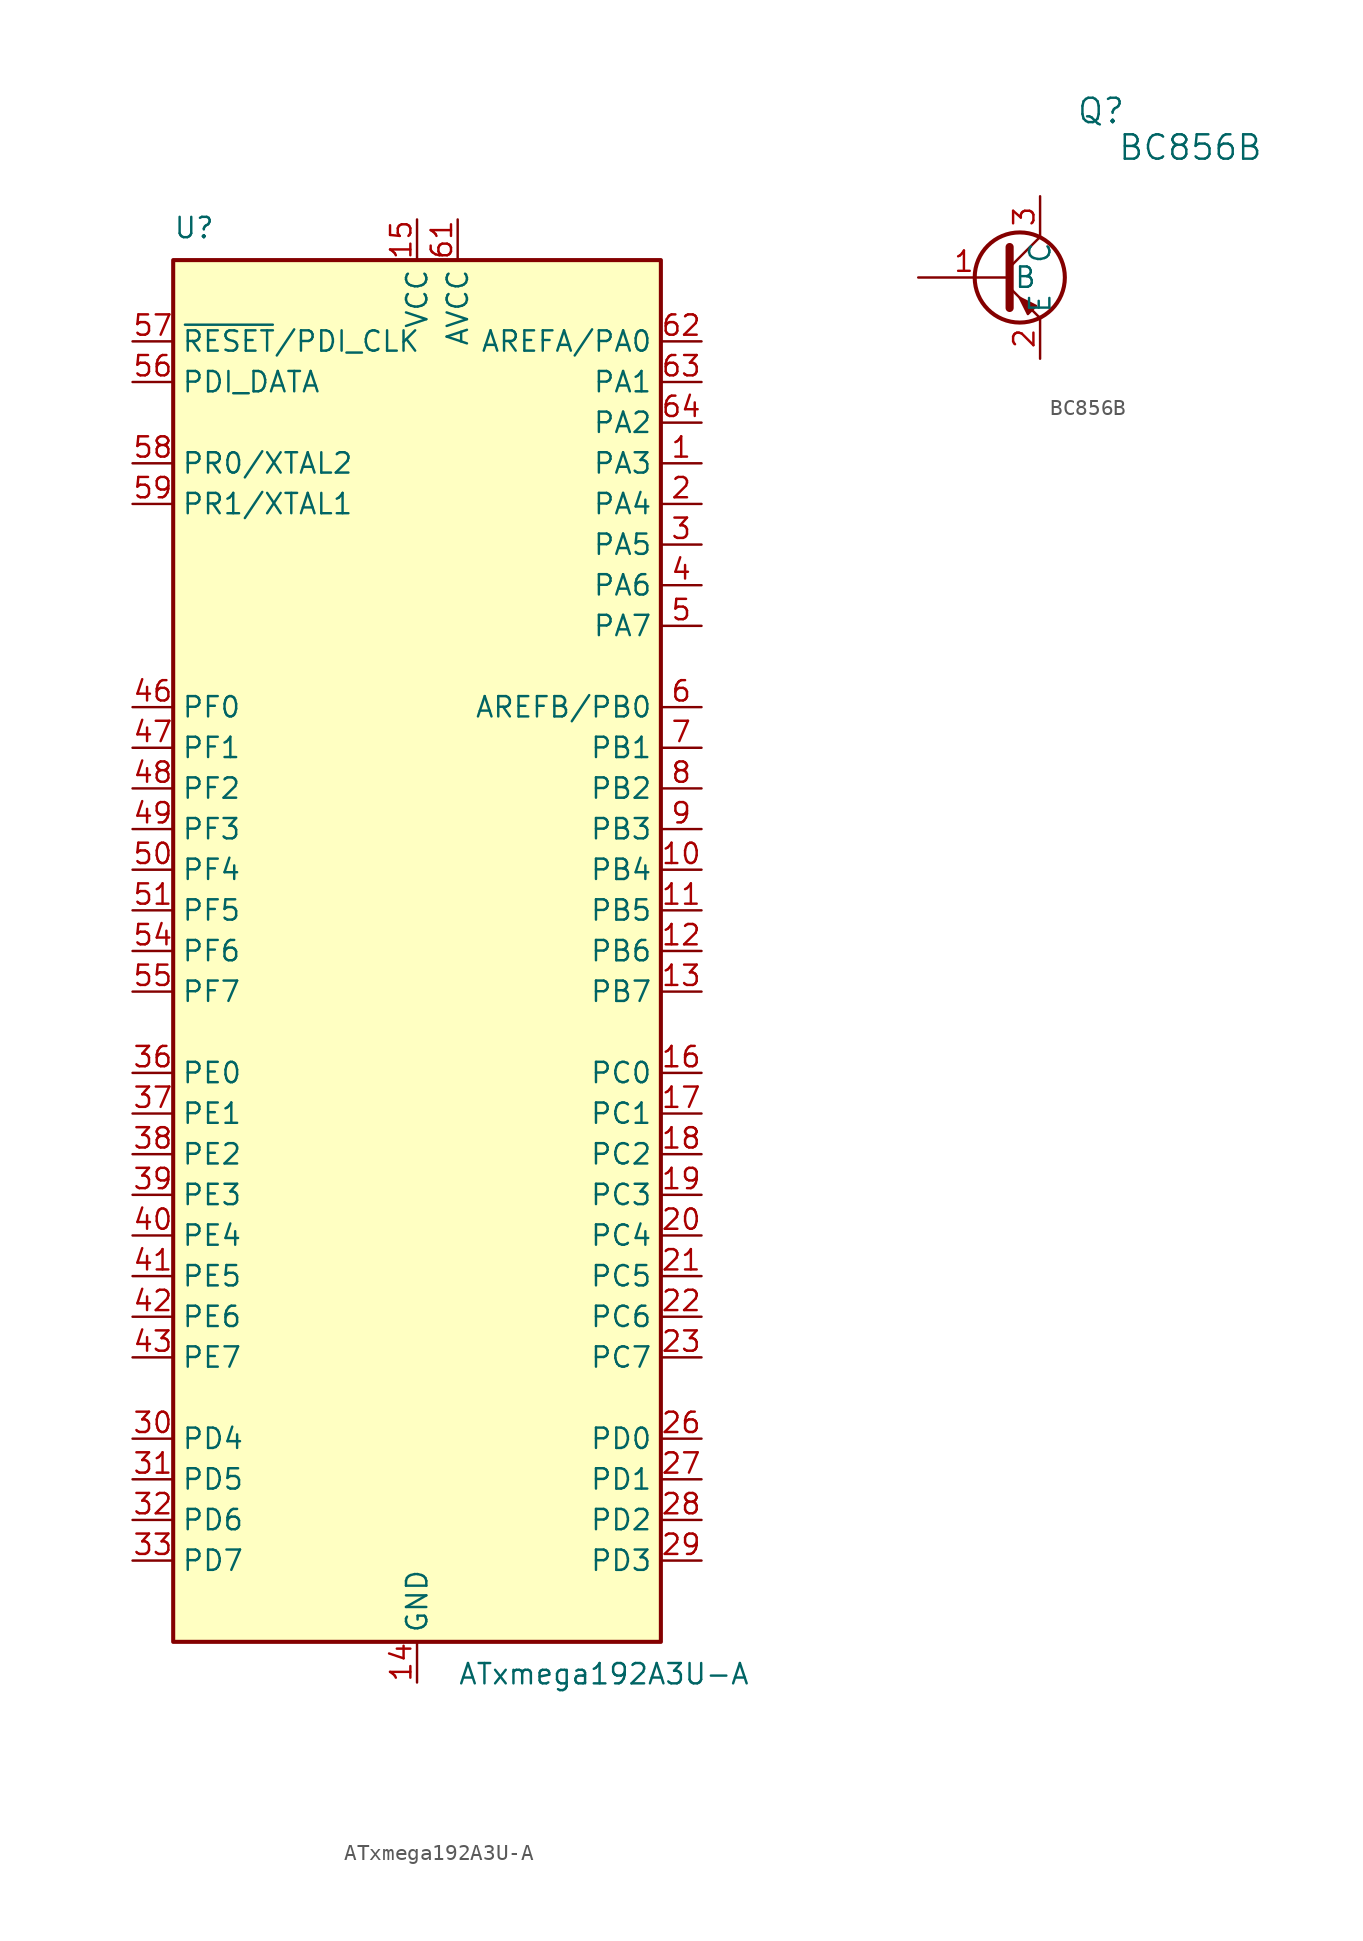
<source format=kicad_sym>
(kicad_symbol_lib
  (version 20220914)
  (generator kicad_symbol_editor)
  (symbol "ATxmega192A3U-A"
    (property "Reference" "U"
      (at -15.24 44.45 0)
      (effects (font (size 1.27 1.27)) (justify left bottom)))
    (property "Value" "ATxmega192A3U-A"
      (at 2.54 -44.45 0)
      (effects (font (size 1.27 1.27)) (justify left top)))
    (symbol "ATxmega192A3U-A_0_1"
      (rectangle (start -15.24 -43.18) (end 15.24 43.18) (stroke (width 0.254) (type default)) (fill (type background))))
    (symbol "ATxmega192A3U-A_1_1"
      (pin bidirectional line (at 17.78 30.48 180) (length 2.54) (name "PA3" (effects (font (size 1.27 1.27)))) (number "1" (effects (font (size 1.27 1.27)))))
      (pin bidirectional line (at 17.78 5.08 180) (length 2.54) (name "PB4" (effects (font (size 1.27 1.27)))) (number "10" (effects (font (size 1.27 1.27)))))
      (pin bidirectional line (at 17.78 2.54 180) (length 2.54) (name "PB5" (effects (font (size 1.27 1.27)))) (number "11" (effects (font (size 1.27 1.27)))))
      (pin bidirectional line (at 17.78 0 180) (length 2.54) (name "PB6" (effects (font (size 1.27 1.27)))) (number "12" (effects (font (size 1.27 1.27)))))
      (pin bidirectional line (at 17.78 -2.54 180) (length 2.54) (name "PB7" (effects (font (size 1.27 1.27)))) (number "13" (effects (font (size 1.27 1.27)))))
      (pin passive line (at 0 -45.72 90) (length 2.54) (name "GND" (effects (font (size 1.27 1.27)))) (number "14" (effects (font (size 1.27 1.27)))))
      (pin power_in line (at 0 45.72 270) (length 2.54) (name "VCC" (effects (font (size 1.27 1.27)))) (number "15" (effects (font (size 1.27 1.27)))))
      (pin bidirectional line (at 17.78 -7.62 180) (length 2.54) (name "PC0" (effects (font (size 1.27 1.27)))) (number "16" (effects (font (size 1.27 1.27)))))
      (pin bidirectional line (at 17.78 -10.16 180) (length 2.54) (name "PC1" (effects (font (size 1.27 1.27)))) (number "17" (effects (font (size 1.27 1.27)))))
      (pin bidirectional line (at 17.78 -12.7 180) (length 2.54) (name "PC2" (effects (font (size 1.27 1.27)))) (number "18" (effects (font (size 1.27 1.27)))))
      (pin bidirectional line (at 17.78 -15.24 180) (length 2.54) (name "PC3" (effects (font (size 1.27 1.27)))) (number "19" (effects (font (size 1.27 1.27)))))
      (pin bidirectional line (at 17.78 27.94 180) (length 2.54) (name "PA4" (effects (font (size 1.27 1.27)))) (number "2" (effects (font (size 1.27 1.27)))))
      (pin bidirectional line (at 17.78 -17.78 180) (length 2.54) (name "PC4" (effects (font (size 1.27 1.27)))) (number "20" (effects (font (size 1.27 1.27)))))
      (pin bidirectional line (at 17.78 -20.32 180) (length 2.54) (name "PC5" (effects (font (size 1.27 1.27)))) (number "21" (effects (font (size 1.27 1.27)))))
      (pin bidirectional line (at 17.78 -22.86 180) (length 2.54) (name "PC6" (effects (font (size 1.27 1.27)))) (number "22" (effects (font (size 1.27 1.27)))))
      (pin bidirectional line (at 17.78 -25.4 180) (length 2.54) (name "PC7" (effects (font (size 1.27 1.27)))) (number "23" (effects (font (size 1.27 1.27)))))
      (pin passive line (at 0 -45.72 90) (length 2.54) hide (name "GND" (effects (font (size 1.27 1.27)))) (number "24" (effects (font (size 1.27 1.27)))))
      (pin passive line (at 0 45.72 270) (length 2.54) hide (name "VCC" (effects (font (size 1.27 1.27)))) (number "25" (effects (font (size 1.27 1.27)))))
      (pin bidirectional line (at 17.78 -30.48 180) (length 2.54) (name "PD0" (effects (font (size 1.27 1.27)))) (number "26" (effects (font (size 1.27 1.27)))))
      (pin bidirectional line (at 17.78 -33.02 180) (length 2.54) (name "PD1" (effects (font (size 1.27 1.27)))) (number "27" (effects (font (size 1.27 1.27)))))
      (pin bidirectional line (at 17.78 -35.56 180) (length 2.54) (name "PD2" (effects (font (size 1.27 1.27)))) (number "28" (effects (font (size 1.27 1.27)))))
      (pin bidirectional line (at 17.78 -38.1 180) (length 2.54) (name "PD3" (effects (font (size 1.27 1.27)))) (number "29" (effects (font (size 1.27 1.27)))))
      (pin bidirectional line (at 17.78 25.4 180) (length 2.54) (name "PA5" (effects (font (size 1.27 1.27)))) (number "3" (effects (font (size 1.27 1.27)))))
      (pin bidirectional line (at -17.78 -30.48 0) (length 2.54) (name "PD4" (effects (font (size 1.27 1.27)))) (number "30" (effects (font (size 1.27 1.27)))))
      (pin bidirectional line (at -17.78 -33.02 0) (length 2.54) (name "PD5" (effects (font (size 1.27 1.27)))) (number "31" (effects (font (size 1.27 1.27)))))
      (pin bidirectional line (at -17.78 -35.56 0) (length 2.54) (name "PD6" (effects (font (size 1.27 1.27)))) (number "32" (effects (font (size 1.27 1.27)))))
      (pin bidirectional line (at -17.78 -38.1 0) (length 2.54) (name "PD7" (effects (font (size 1.27 1.27)))) (number "33" (effects (font (size 1.27 1.27)))))
      (pin passive line (at 0 -45.72 90) (length 2.54) hide (name "GND" (effects (font (size 1.27 1.27)))) (number "34" (effects (font (size 1.27 1.27)))))
      (pin passive line (at 0 45.72 270) (length 2.54) hide (name "VCC" (effects (font (size 1.27 1.27)))) (number "35" (effects (font (size 1.27 1.27)))))
      (pin bidirectional line (at -17.78 -7.62 0) (length 2.54) (name "PE0" (effects (font (size 1.27 1.27)))) (number "36" (effects (font (size 1.27 1.27)))))
      (pin bidirectional line (at -17.78 -10.16 0) (length 2.54) (name "PE1" (effects (font (size 1.27 1.27)))) (number "37" (effects (font (size 1.27 1.27)))))
      (pin bidirectional line (at -17.78 -12.7 0) (length 2.54) (name "PE2" (effects (font (size 1.27 1.27)))) (number "38" (effects (font (size 1.27 1.27)))))
      (pin bidirectional line (at -17.78 -15.24 0) (length 2.54) (name "PE3" (effects (font (size 1.27 1.27)))) (number "39" (effects (font (size 1.27 1.27)))))
      (pin bidirectional line (at 17.78 22.86 180) (length 2.54) (name "PA6" (effects (font (size 1.27 1.27)))) (number "4" (effects (font (size 1.27 1.27)))))
      (pin bidirectional line (at -17.78 -17.78 0) (length 2.54) (name "PE4" (effects (font (size 1.27 1.27)))) (number "40" (effects (font (size 1.27 1.27)))))
      (pin bidirectional line (at -17.78 -20.32 0) (length 2.54) (name "PE5" (effects (font (size 1.27 1.27)))) (number "41" (effects (font (size 1.27 1.27)))))
      (pin bidirectional line (at -17.78 -22.86 0) (length 2.54) (name "PE6" (effects (font (size 1.27 1.27)))) (number "42" (effects (font (size 1.27 1.27)))))
      (pin bidirectional line (at -17.78 -25.4 0) (length 2.54) (name "PE7" (effects (font (size 1.27 1.27)))) (number "43" (effects (font (size 1.27 1.27)))))
      (pin passive line (at 0 -45.72 90) (length 2.54) hide (name "GND" (effects (font (size 1.27 1.27)))) (number "44" (effects (font (size 1.27 1.27)))))
      (pin passive line (at 0 45.72 270) (length 2.54) hide (name "VCC" (effects (font (size 1.27 1.27)))) (number "45" (effects (font (size 1.27 1.27)))))
      (pin bidirectional line (at -17.78 15.24 0) (length 2.54) (name "PF0" (effects (font (size 1.27 1.27)))) (number "46" (effects (font (size 1.27 1.27)))))
      (pin bidirectional line (at -17.78 12.7 0) (length 2.54) (name "PF1" (effects (font (size 1.27 1.27)))) (number "47" (effects (font (size 1.27 1.27)))))
      (pin bidirectional line (at -17.78 10.16 0) (length 2.54) (name "PF2" (effects (font (size 1.27 1.27)))) (number "48" (effects (font (size 1.27 1.27)))))
      (pin bidirectional line (at -17.78 7.62 0) (length 2.54) (name "PF3" (effects (font (size 1.27 1.27)))) (number "49" (effects (font (size 1.27 1.27)))))
      (pin bidirectional line (at 17.78 20.32 180) (length 2.54) (name "PA7" (effects (font (size 1.27 1.27)))) (number "5" (effects (font (size 1.27 1.27)))))
      (pin bidirectional line (at -17.78 5.08 0) (length 2.54) (name "PF4" (effects (font (size 1.27 1.27)))) (number "50" (effects (font (size 1.27 1.27)))))
      (pin bidirectional line (at -17.78 2.54 0) (length 2.54) (name "PF5" (effects (font (size 1.27 1.27)))) (number "51" (effects (font (size 1.27 1.27)))))
      (pin passive line (at 0 -45.72 90) (length 2.54) hide (name "GND" (effects (font (size 1.27 1.27)))) (number "52" (effects (font (size 1.27 1.27)))))
      (pin passive line (at 0 45.72 270) (length 2.54) hide (name "VCC" (effects (font (size 1.27 1.27)))) (number "53" (effects (font (size 1.27 1.27)))))
      (pin bidirectional line (at -17.78 0 0) (length 2.54) (name "PF6" (effects (font (size 1.27 1.27)))) (number "54" (effects (font (size 1.27 1.27)))))
      (pin bidirectional line (at -17.78 -2.54 0) (length 2.54) (name "PF7" (effects (font (size 1.27 1.27)))) (number "55" (effects (font (size 1.27 1.27)))))
      (pin bidirectional line (at -17.78 35.56 0) (length 2.54) (name "PDI_DATA" (effects (font (size 1.27 1.27)))) (number "56" (effects (font (size 1.27 1.27)))))
      (pin input line (at -17.78 38.1 0) (length 2.54) (name "~{RESET}/PDI_CLK" (effects (font (size 1.27 1.27)))) (number "57" (effects (font (size 1.27 1.27)))))
      (pin bidirectional line (at -17.78 30.48 0) (length 2.54) (name "PR0/XTAL2" (effects (font (size 1.27 1.27)))) (number "58" (effects (font (size 1.27 1.27)))))
      (pin bidirectional line (at -17.78 27.94 0) (length 2.54) (name "PR1/XTAL1" (effects (font (size 1.27 1.27)))) (number "59" (effects (font (size 1.27 1.27)))))
      (pin bidirectional line (at 17.78 15.24 180) (length 2.54) (name "AREFB/PB0" (effects (font (size 1.27 1.27)))) (number "6" (effects (font (size 1.27 1.27)))))
      (pin passive line (at 0 -45.72 90) (length 2.54) hide (name "GND" (effects (font (size 1.27 1.27)))) (number "60" (effects (font (size 1.27 1.27)))))
      (pin power_in line (at 2.54 45.72 270) (length 2.54) (name "AVCC" (effects (font (size 1.27 1.27)))) (number "61" (effects (font (size 1.27 1.27)))))
      (pin bidirectional line (at 17.78 38.1 180) (length 2.54) (name "AREFA/PA0" (effects (font (size 1.27 1.27)))) (number "62" (effects (font (size 1.27 1.27)))))
      (pin bidirectional line (at 17.78 35.56 180) (length 2.54) (name "PA1" (effects (font (size 1.27 1.27)))) (number "63" (effects (font (size 1.27 1.27)))))
      (pin bidirectional line (at 17.78 33.02 180) (length 2.54) (name "PA2" (effects (font (size 1.27 1.27)))) (number "64" (effects (font (size 1.27 1.27)))))
      (pin bidirectional line (at 17.78 12.7 180) (length 2.54) (name "PB1" (effects (font (size 1.27 1.27)))) (number "7" (effects (font (size 1.27 1.27)))))
      (pin bidirectional line (at 17.78 10.16 180) (length 2.54) (name "PB2" (effects (font (size 1.27 1.27)))) (number "8" (effects (font (size 1.27 1.27)))))
      (pin bidirectional line (at 17.78 7.62 180) (length 2.54) (name "PB3" (effects (font (size 1.27 1.27)))) (number "9" (effects (font (size 1.27 1.27)))))))
  (symbol "BC856B"
    (pin_names
      (offset 0.254))
    (property "Reference" "Q"
      (at 3.81 10.414 0)
      (effects (font (size 1.524 1.524))))
    (property "Value" "BC856B"
      (at 9.398 8.128 0)
      (effects (font (size 1.524 1.524))))
    (symbol "BC856B_0_1"
      (circle (center -1.27 0) (radius 2.819) (stroke (width 0.254) (type default)) (fill (type none)))
      (polyline (pts (xy -1.905 0.635) (xy 0 2.54)) (stroke (width 0) (type default)) (fill (type none)))
      (polyline (pts (xy -1.905 -0.635) (xy 0 -2.54) (xy 0 -2.54)) (stroke (width 0) (type default)) (fill (type none)))
      (polyline (pts (xy -1.905 1.905) (xy -1.905 -1.905) (xy -1.905 -1.905)) (stroke (width 0.508) (type default)) (fill (type none)))
      (polyline (pts (xy -0.254 -1.778) (xy -0.762 -2.286) (xy -1.27 -1.27) (xy -0.254 -1.778) (xy -0.254 -1.778)) (stroke (width 0) (type default)) (fill (type outline))))
    (symbol "BC856B_1_1"
      (pin input line (at -7.62 0 0) (length 5.715) (name "B" (effects (font (size 1.27 1.27)))) (number "1" (effects (font (size 1.27 1.27)))))
      (pin passive line (at 0 -5.08 90) (length 2.54) (name "E" (effects (font (size 1.27 1.27)))) (number "2" (effects (font (size 1.27 1.27)))))
      (pin passive line (at 0 5.08 270) (length 2.54) (name "C" (effects (font (size 1.27 1.27)))) (number "3" (effects (font (size 1.27 1.27))))))))
</source>
